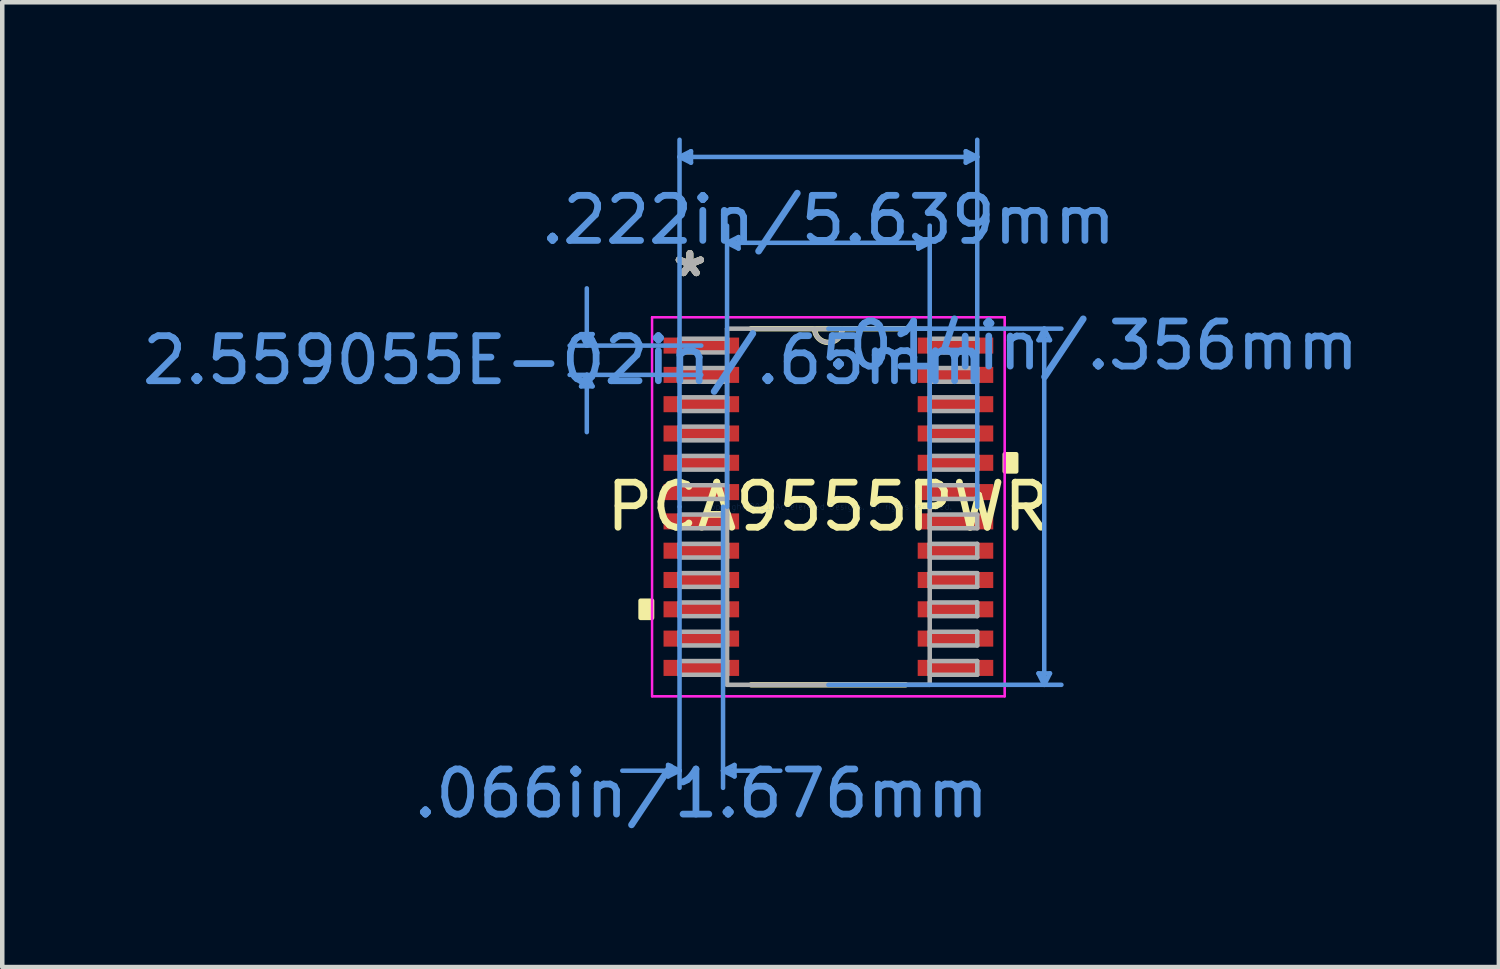
<source format=kicad_pcb>
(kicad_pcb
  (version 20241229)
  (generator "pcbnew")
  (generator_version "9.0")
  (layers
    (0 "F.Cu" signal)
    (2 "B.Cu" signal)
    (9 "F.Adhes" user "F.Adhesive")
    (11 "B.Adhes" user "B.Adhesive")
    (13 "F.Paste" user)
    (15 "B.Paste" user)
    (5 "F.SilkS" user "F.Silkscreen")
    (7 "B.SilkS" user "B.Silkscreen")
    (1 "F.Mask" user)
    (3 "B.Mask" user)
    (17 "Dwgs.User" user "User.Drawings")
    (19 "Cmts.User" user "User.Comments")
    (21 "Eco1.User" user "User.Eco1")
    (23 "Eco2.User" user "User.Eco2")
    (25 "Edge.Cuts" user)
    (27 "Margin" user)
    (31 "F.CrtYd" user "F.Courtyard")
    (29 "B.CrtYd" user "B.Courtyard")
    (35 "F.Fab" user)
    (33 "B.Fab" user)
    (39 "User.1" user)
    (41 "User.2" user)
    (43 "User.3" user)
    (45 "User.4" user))
  (footprint "PCA9555PWR"
    (layer "F.Cu")
    (at 15.326 8.191)
    (property "Reference" "PCA9555PWR" (at 0 0 0) (layer "F.SilkS") (effects (font (size 1 1) (thickness 0.15))))
    (attr through_hole)
    (fp_line (start -1.713 3.95) (end 1.713 3.95) (stroke (width 0.12) (type solid)) (layer "F.SilkS"))
    (fp_line (start 1.713 -3.95) (end -1.713 -3.95) (stroke (width 0.12) (type solid)) (layer "F.SilkS"))
    (fp_arc (start 0.3048 -3.9497) (mid 0 -3.6449) (end -0.3048 -3.9497) (stroke (width 0.12) (type solid)) (layer "F.SilkS"))
    (fp_poly (pts (xy -4.166 2.084) (xy -4.166 2.465) (xy -3.912 2.465) (xy -3.912 2.084)) (stroke (width 0.1) (type solid)) (fill yes) (layer "F.SilkS"))
    (fp_poly (pts (xy 4.166 -1.165) (xy 4.166 -0.784) (xy 3.912 -0.784) (xy 3.912 -1.165)) (stroke (width 0.1) (type solid)) (fill yes) (layer "F.SilkS"))
    (fp_line (start -5.486 -3.829) (end -5.232 -3.829) (stroke (width 0.1) (type solid)) (layer "Cmts.User"))
    (fp_line (start -5.486 -2.671) (end -5.232 -2.671) (stroke (width 0.1) (type solid)) (layer "Cmts.User"))
    (fp_line (start -5.359 -3.575) (end -5.486 -3.829) (stroke (width 0.1) (type solid)) (layer "Cmts.User"))
    (fp_line (start -5.359 -3.575) (end -5.359 -4.845) (stroke (width 0.1) (type solid)) (layer "Cmts.User"))
    (fp_line (start -5.359 -3.575) (end -5.232 -3.829) (stroke (width 0.1) (type solid)) (layer "Cmts.User"))
    (fp_line (start -5.359 -2.925) (end -5.486 -2.671) (stroke (width 0.1) (type solid)) (layer "Cmts.User"))
    (fp_line (start -5.359 -2.925) (end -5.359 -1.655) (stroke (width 0.1) (type solid)) (layer "Cmts.User"))
    (fp_line (start -5.359 -2.925) (end -5.232 -2.671) (stroke (width 0.1) (type solid)) (layer "Cmts.User"))
    (fp_line (start -3.556 5.728) (end -3.556 5.982) (stroke (width 0.1) (type solid)) (layer "Cmts.User"))
    (fp_line (start -3.302 -7.76) (end -3.048 -7.887) (stroke (width 0.1) (type solid)) (layer "Cmts.User"))
    (fp_line (start -3.302 -7.76) (end -3.048 -7.633) (stroke (width 0.1) (type solid)) (layer "Cmts.User"))
    (fp_line (start -3.302 -7.76) (end 3.302 -7.76) (stroke (width 0.1) (type solid)) (layer "Cmts.User"))
    (fp_line (start -3.302 0) (end -3.302 -8.141) (stroke (width 0.1) (type solid)) (layer "Cmts.User"))
    (fp_line (start -3.302 0) (end -3.302 6.236) (stroke (width 0.1) (type solid)) (layer "Cmts.User"))
    (fp_line (start -3.302 5.855) (end -4.572 5.855) (stroke (width 0.1) (type solid)) (layer "Cmts.User"))
    (fp_line (start -3.302 5.855) (end -3.556 5.728) (stroke (width 0.1) (type solid)) (layer "Cmts.User"))
    (fp_line (start -3.302 5.855) (end -3.556 5.982) (stroke (width 0.1) (type solid)) (layer "Cmts.User"))
    (fp_line (start -3.048 -7.887) (end -3.048 -7.633) (stroke (width 0.1) (type solid)) (layer "Cmts.User"))
    (fp_line (start -2.819 -3.575) (end -5.74 -3.575) (stroke (width 0.1) (type solid)) (layer "Cmts.User"))
    (fp_line (start -2.819 -2.925) (end -5.74 -2.925) (stroke (width 0.1) (type solid)) (layer "Cmts.User"))
    (fp_line (start -2.337 0) (end -2.337 6.236) (stroke (width 0.1) (type solid)) (layer "Cmts.User"))
    (fp_line (start -2.337 5.855) (end -2.083 5.728) (stroke (width 0.1) (type solid)) (layer "Cmts.User"))
    (fp_line (start -2.337 5.855) (end -2.083 5.982) (stroke (width 0.1) (type solid)) (layer "Cmts.User"))
    (fp_line (start -2.337 5.855) (end -1.067 5.855) (stroke (width 0.1) (type solid)) (layer "Cmts.User"))
    (fp_line (start -2.248 -5.855) (end -1.994 -5.982) (stroke (width 0.1) (type solid)) (layer "Cmts.User"))
    (fp_line (start -2.248 -5.855) (end -1.994 -5.728) (stroke (width 0.1) (type solid)) (layer "Cmts.User"))
    (fp_line (start -2.248 -5.855) (end 2.248 -5.855) (stroke (width 0.1) (type solid)) (layer "Cmts.User"))
    (fp_line (start -2.248 0) (end -2.248 -6.236) (stroke (width 0.1) (type solid)) (layer "Cmts.User"))
    (fp_line (start -2.083 5.728) (end -2.083 5.982) (stroke (width 0.1) (type solid)) (layer "Cmts.User"))
    (fp_line (start -1.994 -5.982) (end -1.994 -5.728) (stroke (width 0.1) (type solid)) (layer "Cmts.User"))
    (fp_line (start 0 -3.95) (end 5.169 -3.95) (stroke (width 0.1) (type solid)) (layer "Cmts.User"))
    (fp_line (start 0 3.95) (end 5.169 3.95) (stroke (width 0.1) (type solid)) (layer "Cmts.User"))
    (fp_line (start 1.994 -5.982) (end 1.994 -5.728) (stroke (width 0.1) (type solid)) (layer "Cmts.User"))
    (fp_line (start 2.248 -5.855) (end 1.994 -5.982) (stroke (width 0.1) (type solid)) (layer "Cmts.User"))
    (fp_line (start 2.248 -5.855) (end 1.994 -5.728) (stroke (width 0.1) (type solid)) (layer "Cmts.User"))
    (fp_line (start 2.248 0) (end 2.248 -6.236) (stroke (width 0.1) (type solid)) (layer "Cmts.User"))
    (fp_line (start 3.048 -7.887) (end 3.048 -7.633) (stroke (width 0.1) (type solid)) (layer "Cmts.User"))
    (fp_line (start 3.302 -7.76) (end 3.048 -7.887) (stroke (width 0.1) (type solid)) (layer "Cmts.User"))
    (fp_line (start 3.302 -7.76) (end 3.048 -7.633) (stroke (width 0.1) (type solid)) (layer "Cmts.User"))
    (fp_line (start 3.302 0) (end 3.302 -8.141) (stroke (width 0.1) (type solid)) (layer "Cmts.User"))
    (fp_line (start 4.661 -3.696) (end 4.915 -3.696) (stroke (width 0.1) (type solid)) (layer "Cmts.User"))
    (fp_line (start 4.661 3.696) (end 4.915 3.696) (stroke (width 0.1) (type solid)) (layer "Cmts.User"))
    (fp_line (start 4.788 -3.95) (end 4.661 -3.696) (stroke (width 0.1) (type solid)) (layer "Cmts.User"))
    (fp_line (start 4.788 -3.95) (end 4.788 3.95) (stroke (width 0.1) (type solid)) (layer "Cmts.User"))
    (fp_line (start 4.788 -3.95) (end 4.915 -3.696) (stroke (width 0.1) (type solid)) (layer "Cmts.User"))
    (fp_line (start 4.788 3.95) (end 4.661 3.696) (stroke (width 0.1) (type solid)) (layer "Cmts.User"))
    (fp_line (start 4.788 3.95) (end 4.915 3.696) (stroke (width 0.1) (type solid)) (layer "Cmts.User"))
    (fp_line (start -3.912 -4.204) (end 3.912 -4.204) (stroke (width 0.05) (type solid)) (layer "F.CrtYd"))
    (fp_line (start -3.912 -4.204) (end 3.912 -4.204) (stroke (width 0.05) (type solid)) (layer "F.CrtYd"))
    (fp_line (start -3.912 4.204) (end -3.912 -4.204) (stroke (width 0.05) (type solid)) (layer "F.CrtYd"))
    (fp_line (start -3.912 4.204) (end -3.912 -4.204) (stroke (width 0.05) (type solid)) (layer "F.CrtYd"))
    (fp_line (start 3.912 -4.204) (end 3.912 4.204) (stroke (width 0.05) (type solid)) (layer "F.CrtYd"))
    (fp_line (start 3.912 -4.204) (end 3.912 4.204) (stroke (width 0.05) (type solid)) (layer "F.CrtYd"))
    (fp_line (start 3.912 4.204) (end -3.912 4.204) (stroke (width 0.05) (type solid)) (layer "F.CrtYd"))
    (fp_line (start 3.912 4.204) (end -3.912 4.204) (stroke (width 0.05) (type solid)) (layer "F.CrtYd"))
    (fp_line (start -3.302 -3.727) (end -3.302 -3.423) (stroke (width 0.1) (type solid)) (layer "F.Fab"))
    (fp_line (start -3.302 -3.423) (end -2.248 -3.423) (stroke (width 0.1) (type solid)) (layer "F.Fab"))
    (fp_line (start -3.302 -3.077) (end -3.302 -2.773) (stroke (width 0.1) (type solid)) (layer "F.Fab"))
    (fp_line (start -3.302 -2.773) (end -2.248 -2.773) (stroke (width 0.1) (type solid)) (layer "F.Fab"))
    (fp_line (start -3.302 -2.427) (end -3.302 -2.123) (stroke (width 0.1) (type solid)) (layer "F.Fab"))
    (fp_line (start -3.302 -2.123) (end -2.248 -2.123) (stroke (width 0.1) (type solid)) (layer "F.Fab"))
    (fp_line (start -3.302 -1.777) (end -3.302 -1.473) (stroke (width 0.1) (type solid)) (layer "F.Fab"))
    (fp_line (start -3.302 -1.473) (end -2.248 -1.473) (stroke (width 0.1) (type solid)) (layer "F.Fab"))
    (fp_line (start -3.302 -1.127) (end -3.302 -0.823) (stroke (width 0.1) (type solid)) (layer "F.Fab"))
    (fp_line (start -3.302 -0.823) (end -2.248 -0.823) (stroke (width 0.1) (type solid)) (layer "F.Fab"))
    (fp_line (start -3.302 -0.477) (end -3.302 -0.173) (stroke (width 0.1) (type solid)) (layer "F.Fab"))
    (fp_line (start -3.302 -0.173) (end -2.248 -0.173) (stroke (width 0.1) (type solid)) (layer "F.Fab"))
    (fp_line (start -3.302 0.173) (end -3.302 0.477) (stroke (width 0.1) (type solid)) (layer "F.Fab"))
    (fp_line (start -3.302 0.477) (end -2.248 0.477) (stroke (width 0.1) (type solid)) (layer "F.Fab"))
    (fp_line (start -3.302 0.823) (end -3.302 1.127) (stroke (width 0.1) (type solid)) (layer "F.Fab"))
    (fp_line (start -3.302 1.127) (end -2.248 1.127) (stroke (width 0.1) (type solid)) (layer "F.Fab"))
    (fp_line (start -3.302 1.473) (end -3.302 1.777) (stroke (width 0.1) (type solid)) (layer "F.Fab"))
    (fp_line (start -3.302 1.777) (end -2.248 1.777) (stroke (width 0.1) (type solid)) (layer "F.Fab"))
    (fp_line (start -3.302 2.123) (end -3.302 2.427) (stroke (width 0.1) (type solid)) (layer "F.Fab"))
    (fp_line (start -3.302 2.427) (end -2.248 2.427) (stroke (width 0.1) (type solid)) (layer "F.Fab"))
    (fp_line (start -3.302 2.773) (end -3.302 3.077) (stroke (width 0.1) (type solid)) (layer "F.Fab"))
    (fp_line (start -3.302 3.077) (end -2.248 3.077) (stroke (width 0.1) (type solid)) (layer "F.Fab"))
    (fp_line (start -3.302 3.423) (end -3.302 3.727) (stroke (width 0.1) (type solid)) (layer "F.Fab"))
    (fp_line (start -3.302 3.727) (end -2.248 3.727) (stroke (width 0.1) (type solid)) (layer "F.Fab"))
    (fp_line (start -2.248 -3.95) (end -2.248 3.95) (stroke (width 0.1) (type solid)) (layer "F.Fab"))
    (fp_line (start -2.248 -3.727) (end -3.302 -3.727) (stroke (width 0.1) (type solid)) (layer "F.Fab"))
    (fp_line (start -2.248 -3.423) (end -2.248 -3.727) (stroke (width 0.1) (type solid)) (layer "F.Fab"))
    (fp_line (start -2.248 -3.077) (end -3.302 -3.077) (stroke (width 0.1) (type solid)) (layer "F.Fab"))
    (fp_line (start -2.248 -2.773) (end -2.248 -3.077) (stroke (width 0.1) (type solid)) (layer "F.Fab"))
    (fp_line (start -2.248 -2.427) (end -3.302 -2.427) (stroke (width 0.1) (type solid)) (layer "F.Fab"))
    (fp_line (start -2.248 -2.123) (end -2.248 -2.427) (stroke (width 0.1) (type solid)) (layer "F.Fab"))
    (fp_line (start -2.248 -1.777) (end -3.302 -1.777) (stroke (width 0.1) (type solid)) (layer "F.Fab"))
    (fp_line (start -2.248 -1.473) (end -2.248 -1.777) (stroke (width 0.1) (type solid)) (layer "F.Fab"))
    (fp_line (start -2.248 -1.127) (end -3.302 -1.127) (stroke (width 0.1) (type solid)) (layer "F.Fab"))
    (fp_line (start -2.248 -0.823) (end -2.248 -1.127) (stroke (width 0.1) (type solid)) (layer "F.Fab"))
    (fp_line (start -2.248 -0.477) (end -3.302 -0.477) (stroke (width 0.1) (type solid)) (layer "F.Fab"))
    (fp_line (start -2.248 -0.173) (end -2.248 -0.477) (stroke (width 0.1) (type solid)) (layer "F.Fab"))
    (fp_line (start -2.248 0.173) (end -3.302 0.173) (stroke (width 0.1) (type solid)) (layer "F.Fab"))
    (fp_line (start -2.248 0.477) (end -2.248 0.173) (stroke (width 0.1) (type solid)) (layer "F.Fab"))
    (fp_line (start -2.248 0.823) (end -3.302 0.823) (stroke (width 0.1) (type solid)) (layer "F.Fab"))
    (fp_line (start -2.248 1.127) (end -2.248 0.823) (stroke (width 0.1) (type solid)) (layer "F.Fab"))
    (fp_line (start -2.248 1.473) (end -3.302 1.473) (stroke (width 0.1) (type solid)) (layer "F.Fab"))
    (fp_line (start -2.248 1.777) (end -2.248 1.473) (stroke (width 0.1) (type solid)) (layer "F.Fab"))
    (fp_line (start -2.248 2.123) (end -3.302 2.123) (stroke (width 0.1) (type solid)) (layer "F.Fab"))
    (fp_line (start -2.248 2.427) (end -2.248 2.123) (stroke (width 0.1) (type solid)) (layer "F.Fab"))
    (fp_line (start -2.248 2.773) (end -3.302 2.773) (stroke (width 0.1) (type solid)) (layer "F.Fab"))
    (fp_line (start -2.248 3.077) (end -2.248 2.773) (stroke (width 0.1) (type solid)) (layer "F.Fab"))
    (fp_line (start -2.248 3.423) (end -3.302 3.423) (stroke (width 0.1) (type solid)) (layer "F.Fab"))
    (fp_line (start -2.248 3.727) (end -2.248 3.423) (stroke (width 0.1) (type solid)) (layer "F.Fab"))
    (fp_line (start -2.248 3.95) (end 2.248 3.95) (stroke (width 0.1) (type solid)) (layer "F.Fab"))
    (fp_line (start 2.248 -3.95) (end -2.248 -3.95) (stroke (width 0.1) (type solid)) (layer "F.Fab"))
    (fp_line (start 2.248 -3.727) (end 2.248 -3.423) (stroke (width 0.1) (type solid)) (layer "F.Fab"))
    (fp_line (start 2.248 -3.423) (end 3.302 -3.423) (stroke (width 0.1) (type solid)) (layer "F.Fab"))
    (fp_line (start 2.248 -3.077) (end 2.248 -2.773) (stroke (width 0.1) (type solid)) (layer "F.Fab"))
    (fp_line (start 2.248 -2.773) (end 3.302 -2.773) (stroke (width 0.1) (type solid)) (layer "F.Fab"))
    (fp_line (start 2.248 -2.427) (end 2.248 -2.123) (stroke (width 0.1) (type solid)) (layer "F.Fab"))
    (fp_line (start 2.248 -2.123) (end 3.302 -2.123) (stroke (width 0.1) (type solid)) (layer "F.Fab"))
    (fp_line (start 2.248 -1.777) (end 2.248 -1.473) (stroke (width 0.1) (type solid)) (layer "F.Fab"))
    (fp_line (start 2.248 -1.473) (end 3.302 -1.473) (stroke (width 0.1) (type solid)) (layer "F.Fab"))
    (fp_line (start 2.248 -1.127) (end 2.248 -0.823) (stroke (width 0.1) (type solid)) (layer "F.Fab"))
    (fp_line (start 2.248 -0.823) (end 3.302 -0.823) (stroke (width 0.1) (type solid)) (layer "F.Fab"))
    (fp_line (start 2.248 -0.477) (end 2.248 -0.173) (stroke (width 0.1) (type solid)) (layer "F.Fab"))
    (fp_line (start 2.248 -0.173) (end 3.302 -0.173) (stroke (width 0.1) (type solid)) (layer "F.Fab"))
    (fp_line (start 2.248 0.173) (end 2.248 0.477) (stroke (width 0.1) (type solid)) (layer "F.Fab"))
    (fp_line (start 2.248 0.477) (end 3.302 0.477) (stroke (width 0.1) (type solid)) (layer "F.Fab"))
    (fp_line (start 2.248 0.823) (end 2.248 1.127) (stroke (width 0.1) (type solid)) (layer "F.Fab"))
    (fp_line (start 2.248 1.127) (end 3.302 1.127) (stroke (width 0.1) (type solid)) (layer "F.Fab"))
    (fp_line (start 2.248 1.473) (end 2.248 1.777) (stroke (width 0.1) (type solid)) (layer "F.Fab"))
    (fp_line (start 2.248 1.777) (end 3.302 1.777) (stroke (width 0.1) (type solid)) (layer "F.Fab"))
    (fp_line (start 2.248 2.123) (end 2.248 2.427) (stroke (width 0.1) (type solid)) (layer "F.Fab"))
    (fp_line (start 2.248 2.427) (end 3.302 2.427) (stroke (width 0.1) (type solid)) (layer "F.Fab"))
    (fp_line (start 2.248 2.773) (end 2.248 3.077) (stroke (width 0.1) (type solid)) (layer "F.Fab"))
    (fp_line (start 2.248 3.077) (end 3.302 3.077) (stroke (width 0.1) (type solid)) (layer "F.Fab"))
    (fp_line (start 2.248 3.423) (end 2.248 3.727) (stroke (width 0.1) (type solid)) (layer "F.Fab"))
    (fp_line (start 2.248 3.727) (end 3.302 3.727) (stroke (width 0.1) (type solid)) (layer "F.Fab"))
    (fp_line (start 2.248 3.95) (end 2.248 -3.95) (stroke (width 0.1) (type solid)) (layer "F.Fab"))
    (fp_line (start 3.302 -3.727) (end 2.248 -3.727) (stroke (width 0.1) (type solid)) (layer "F.Fab"))
    (fp_line (start 3.302 -3.423) (end 3.302 -3.727) (stroke (width 0.1) (type solid)) (layer "F.Fab"))
    (fp_line (start 3.302 -3.077) (end 2.248 -3.077) (stroke (width 0.1) (type solid)) (layer "F.Fab"))
    (fp_line (start 3.302 -2.773) (end 3.302 -3.077) (stroke (width 0.1) (type solid)) (layer "F.Fab"))
    (fp_line (start 3.302 -2.427) (end 2.248 -2.427) (stroke (width 0.1) (type solid)) (layer "F.Fab"))
    (fp_line (start 3.302 -2.123) (end 3.302 -2.427) (stroke (width 0.1) (type solid)) (layer "F.Fab"))
    (fp_line (start 3.302 -1.777) (end 2.248 -1.777) (stroke (width 0.1) (type solid)) (layer "F.Fab"))
    (fp_line (start 3.302 -1.473) (end 3.302 -1.777) (stroke (width 0.1) (type solid)) (layer "F.Fab"))
    (fp_line (start 3.302 -1.127) (end 2.248 -1.127) (stroke (width 0.1) (type solid)) (layer "F.Fab"))
    (fp_line (start 3.302 -0.823) (end 3.302 -1.127) (stroke (width 0.1) (type solid)) (layer "F.Fab"))
    (fp_line (start 3.302 -0.477) (end 2.248 -0.477) (stroke (width 0.1) (type solid)) (layer "F.Fab"))
    (fp_line (start 3.302 -0.173) (end 3.302 -0.477) (stroke (width 0.1) (type solid)) (layer "F.Fab"))
    (fp_line (start 3.302 0.173) (end 2.248 0.173) (stroke (width 0.1) (type solid)) (layer "F.Fab"))
    (fp_line (start 3.302 0.477) (end 3.302 0.173) (stroke (width 0.1) (type solid)) (layer "F.Fab"))
    (fp_line (start 3.302 0.823) (end 2.248 0.823) (stroke (width 0.1) (type solid)) (layer "F.Fab"))
    (fp_line (start 3.302 1.127) (end 3.302 0.823) (stroke (width 0.1) (type solid)) (layer "F.Fab"))
    (fp_line (start 3.302 1.473) (end 2.248 1.473) (stroke (width 0.1) (type solid)) (layer "F.Fab"))
    (fp_line (start 3.302 1.777) (end 3.302 1.473) (stroke (width 0.1) (type solid)) (layer "F.Fab"))
    (fp_line (start 3.302 2.123) (end 2.248 2.123) (stroke (width 0.1) (type solid)) (layer "F.Fab"))
    (fp_line (start 3.302 2.427) (end 3.302 2.123) (stroke (width 0.1) (type solid)) (layer "F.Fab"))
    (fp_line (start 3.302 2.773) (end 2.248 2.773) (stroke (width 0.1) (type solid)) (layer "F.Fab"))
    (fp_line (start 3.302 3.077) (end 3.302 2.773) (stroke (width 0.1) (type solid)) (layer "F.Fab"))
    (fp_line (start 3.302 3.423) (end 2.248 3.423) (stroke (width 0.1) (type solid)) (layer "F.Fab"))
    (fp_line (start 3.302 3.727) (end 3.302 3.423) (stroke (width 0.1) (type solid)) (layer "F.Fab"))
    (fp_arc (start 0.3048 -3.9497) (mid 0 -3.6449) (end -0.3048 -3.9497) (stroke (width 0.1) (type solid)) (layer "F.Fab"))
    (fp_text user "*" (at -3.073 -5.074 0) (layer "F.SilkS") (effects (font (size 1 1) (thickness 0.15))))
    (fp_text user "*" (at -3.073 -5.074 0) (layer "F.SilkS") (effects (font (size 1 1) (thickness 0.15))))
    (fp_text user ".222in/5.639mm" (at 0 -6.363 0) (layer "Cmts.User") (effects (font (size 1 1) (thickness 0.15))))
    (fp_text user ".014in/.356mm" (at 5.867 -3.575 0) (layer "Cmts.User") (effects (font (size 1 1) (thickness 0.15))))
    (fp_text user ".066in/1.676mm" (at -2.819 6.363 0) (layer "Cmts.User") (effects (font (size 1 1) (thickness 0.15))))
    (fp_text user "Copyright 2021 Accelerated Designs. All rights reserved." (at 0 0 0) (layer "Cmts.User") (effects (font (size 0.127 0.127) (thickness 0.002))))
    (fp_text user "2.559055E-02in/.65mm" (at -5.867 -3.25 0) (layer "Cmts.User") (effects (font (size 1 1) (thickness 0.15))))
    (fp_text user "*" (at -3.073 -5.074 0) (layer "F.Fab") (effects (font (size 1 1) (thickness 0.15))))
    (fp_text user "*" (at -3.073 -5.074 0) (layer "F.Fab") (effects (font (size 1 1) (thickness 0.15))))
    (pad "1" smd rect (at -2.819 -3.575) (size 1.676 0.356) (layers "F.Cu" "F.Mask" "F.Paste"))
    (pad "2" smd rect (at -2.819 -2.925) (size 1.676 0.356) (layers "F.Cu" "F.Mask" "F.Paste"))
    (pad "3" smd rect (at -2.819 -2.275) (size 1.676 0.356) (layers "F.Cu" "F.Mask" "F.Paste"))
    (pad "4" smd rect (at -2.819 -1.625) (size 1.676 0.356) (layers "F.Cu" "F.Mask" "F.Paste"))
    (pad "5" smd rect (at -2.819 -0.975) (size 1.676 0.356) (layers "F.Cu" "F.Mask" "F.Paste"))
    (pad "6" smd rect (at -2.819 -0.325) (size 1.676 0.356) (layers "F.Cu" "F.Mask" "F.Paste"))
    (pad "7" smd rect (at -2.819 0.325) (size 1.676 0.356) (layers "F.Cu" "F.Mask" "F.Paste"))
    (pad "8" smd rect (at -2.819 0.975) (size 1.676 0.356) (layers "F.Cu" "F.Mask" "F.Paste"))
    (pad "9" smd rect (at -2.819 1.625) (size 1.676 0.356) (layers "F.Cu" "F.Mask" "F.Paste"))
    (pad "10" smd rect (at -2.819 2.275) (size 1.676 0.356) (layers "F.Cu" "F.Mask" "F.Paste"))
    (pad "11" smd rect (at -2.819 2.925) (size 1.676 0.356) (layers "F.Cu" "F.Mask" "F.Paste"))
    (pad "12" smd rect (at -2.819 3.575) (size 1.676 0.356) (layers "F.Cu" "F.Mask" "F.Paste"))
    (pad "13" smd rect (at 2.819 3.575) (size 1.676 0.356) (layers "F.Cu" "F.Mask" "F.Paste"))
    (pad "14" smd rect (at 2.819 2.925) (size 1.676 0.356) (layers "F.Cu" "F.Mask" "F.Paste"))
    (pad "15" smd rect (at 2.819 2.275) (size 1.676 0.356) (layers "F.Cu" "F.Mask" "F.Paste"))
    (pad "16" smd rect (at 2.819 1.625) (size 1.676 0.356) (layers "F.Cu" "F.Mask" "F.Paste"))
    (pad "17" smd rect (at 2.819 0.975) (size 1.676 0.356) (layers "F.Cu" "F.Mask" "F.Paste"))
    (pad "18" smd rect (at 2.819 0.325) (size 1.676 0.356) (layers "F.Cu" "F.Mask" "F.Paste"))
    (pad "19" smd rect (at 2.819 -0.325) (size 1.676 0.356) (layers "F.Cu" "F.Mask" "F.Paste"))
    (pad "20" smd rect (at 2.819 -0.975) (size 1.676 0.356) (layers "F.Cu" "F.Mask" "F.Paste"))
    (pad "21" smd rect (at 2.819 -1.625) (size 1.676 0.356) (layers "F.Cu" "F.Mask" "F.Paste"))
    (pad "22" smd rect (at 2.819 -2.275) (size 1.676 0.356) (layers "F.Cu" "F.Mask" "F.Paste"))
    (pad "23" smd rect (at 2.819 -2.925) (size 1.676 0.356) (layers "F.Cu" "F.Mask" "F.Paste"))
    (pad "24" smd rect (at 2.819 -3.575) (size 1.676 0.356) (layers "F.Cu" "F.Mask" "F.Paste")))
  (gr_rect
    (start -3 -3)
    (end 30.199 18.402)
    (stroke (width 0.1) (type default))
    (fill no)
    (layer "Edge.Cuts")))
</source>
